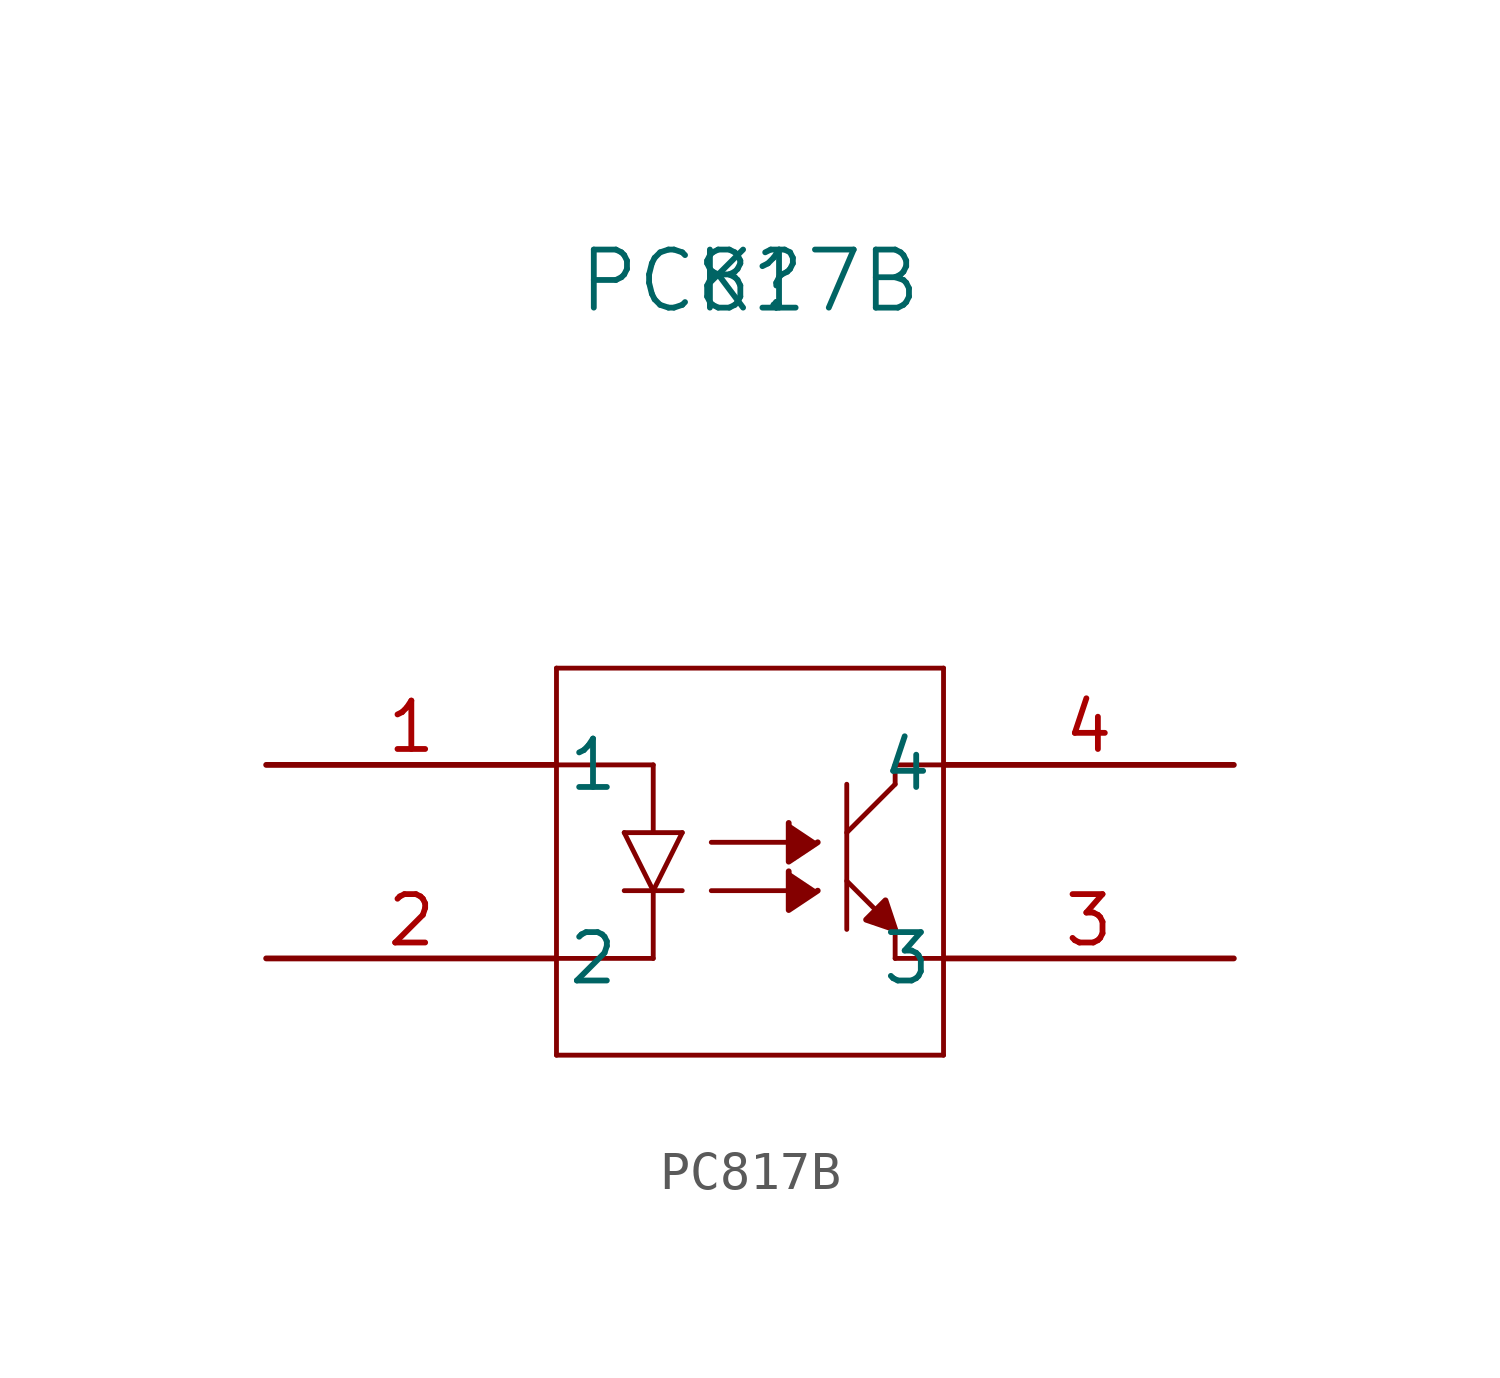
<source format=kicad_sym>
(kicad_symbol_lib
  (version 20220914)
  (generator kicad_symbol_editor)
  (symbol "PC817B"
    (pin_names
      (offset 0.254))
    (property "Reference" "K"
      (at 12.7 12.7 0)
      (effects (font (size 1.524 1.524))))
    (property "Value" "PC817B"
      (at 12.7 12.7 0)
      (effects (font (size 1.524 1.524))))
    (symbol "PC817B_0_1"
      (polyline (pts (xy 7.62 -7.62) (xy 7.62 2.54)) (stroke (width 0.127) (type default)) (fill (type none)))
      (polyline (pts (xy 7.62 -7.62) (xy 17.78 -7.62)) (stroke (width 0.127) (type default)) (fill (type none)))
      (polyline (pts (xy 9.398 -3.302) (xy 10.922 -3.302)) (stroke (width 0.127) (type default)) (fill (type none)))
      (polyline (pts (xy 9.398 -1.778) (xy 10.16 -3.302)) (stroke (width 0.127) (type default)) (fill (type none)))
      (polyline (pts (xy 10.16 -5.08) (xy 7.62 -5.08)) (stroke (width 0.127) (type default)) (fill (type none)))
      (polyline (pts (xy 10.16 -3.302) (xy 10.16 -5.08)) (stroke (width 0.127) (type default)) (fill (type none)))
      (polyline (pts (xy 10.16 -3.302) (xy 10.922 -1.778)) (stroke (width 0.127) (type default)) (fill (type none)))
      (polyline (pts (xy 10.16 0) (xy 7.62 0)) (stroke (width 0.127) (type default)) (fill (type none)))
      (polyline (pts (xy 10.16 0) (xy 10.16 -1.778)) (stroke (width 0.127) (type default)) (fill (type none)))
      (polyline (pts (xy 10.922 -1.778) (xy 9.398 -1.778)) (stroke (width 0.127) (type default)) (fill (type none)))
      (polyline (pts (xy 11.684 -3.302) (xy 13.716 -3.302)) (stroke (width 0.127) (type default)) (fill (type none)))
      (polyline (pts (xy 11.684 -2.032) (xy 13.716 -2.032)) (stroke (width 0.127) (type default)) (fill (type none)))
      (polyline (pts (xy 15.24 -4.318) (xy 15.24 -0.508)) (stroke (width 0.127) (type default)) (fill (type none)))
      (polyline (pts (xy 15.24 -3.048) (xy 16.002 -3.81)) (stroke (width 0.127) (type default)) (fill (type none)))
      (polyline (pts (xy 15.24 -1.778) (xy 16.51 -0.508)) (stroke (width 0.127) (type default)) (fill (type none)))
      (polyline (pts (xy 16.51 -4.318) (xy 16.51 -5.08)) (stroke (width 0.127) (type default)) (fill (type none)))
      (polyline (pts (xy 16.51 -0.508) (xy 16.51 0)) (stroke (width 0.127) (type default)) (fill (type none)))
      (polyline (pts (xy 16.51 0) (xy 17.78 0)) (stroke (width 0.127) (type default)) (fill (type none)))
      (polyline (pts (xy 17.78 -5.08) (xy 16.51 -5.08)) (stroke (width 0.127) (type default)) (fill (type none)))
      (polyline (pts (xy 17.78 2.54) (xy 7.62 2.54)) (stroke (width 0.127) (type default)) (fill (type none)))
      (polyline (pts (xy 17.78 2.54) (xy 17.78 -7.62)) (stroke (width 0.127) (type default)) (fill (type none)))
      (polyline (pts (xy 13.716 -2.794) (xy 13.716 -3.81) (xy 14.478 -3.302)) (stroke (width 0) (type default)) (fill (type outline)))
      (polyline (pts (xy 13.716 -1.524) (xy 13.716 -2.54) (xy 14.478 -2.032)) (stroke (width 0) (type default)) (fill (type outline)))
      (polyline (pts (xy 16.472 -4.311) (xy 15.748 -4.064) (xy 16.256 -3.556) (xy 16.51 -4.318)) (stroke (width 0) (type default)) (fill (type outline)))
      (pin unspecified line (at 0 0 0) (length 7.62) (name "1" (effects (font (size 1.27 1.27)))) (number "1" (effects (font (size 1.27 1.27)))))
      (pin unspecified line (at 0 -5.08 0) (length 7.62) (name "2" (effects (font (size 1.27 1.27)))) (number "2" (effects (font (size 1.27 1.27)))))
      (pin unspecified line (at 25.4 -5.08 180) (length 7.62) (name "3" (effects (font (size 1.27 1.27)))) (number "3" (effects (font (size 1.27 1.27)))))
      (pin unspecified line (at 25.4 0 180) (length 7.62) (name "4" (effects (font (size 1.27 1.27)))) (number "4" (effects (font (size 1.27 1.27))))))))
</source>
